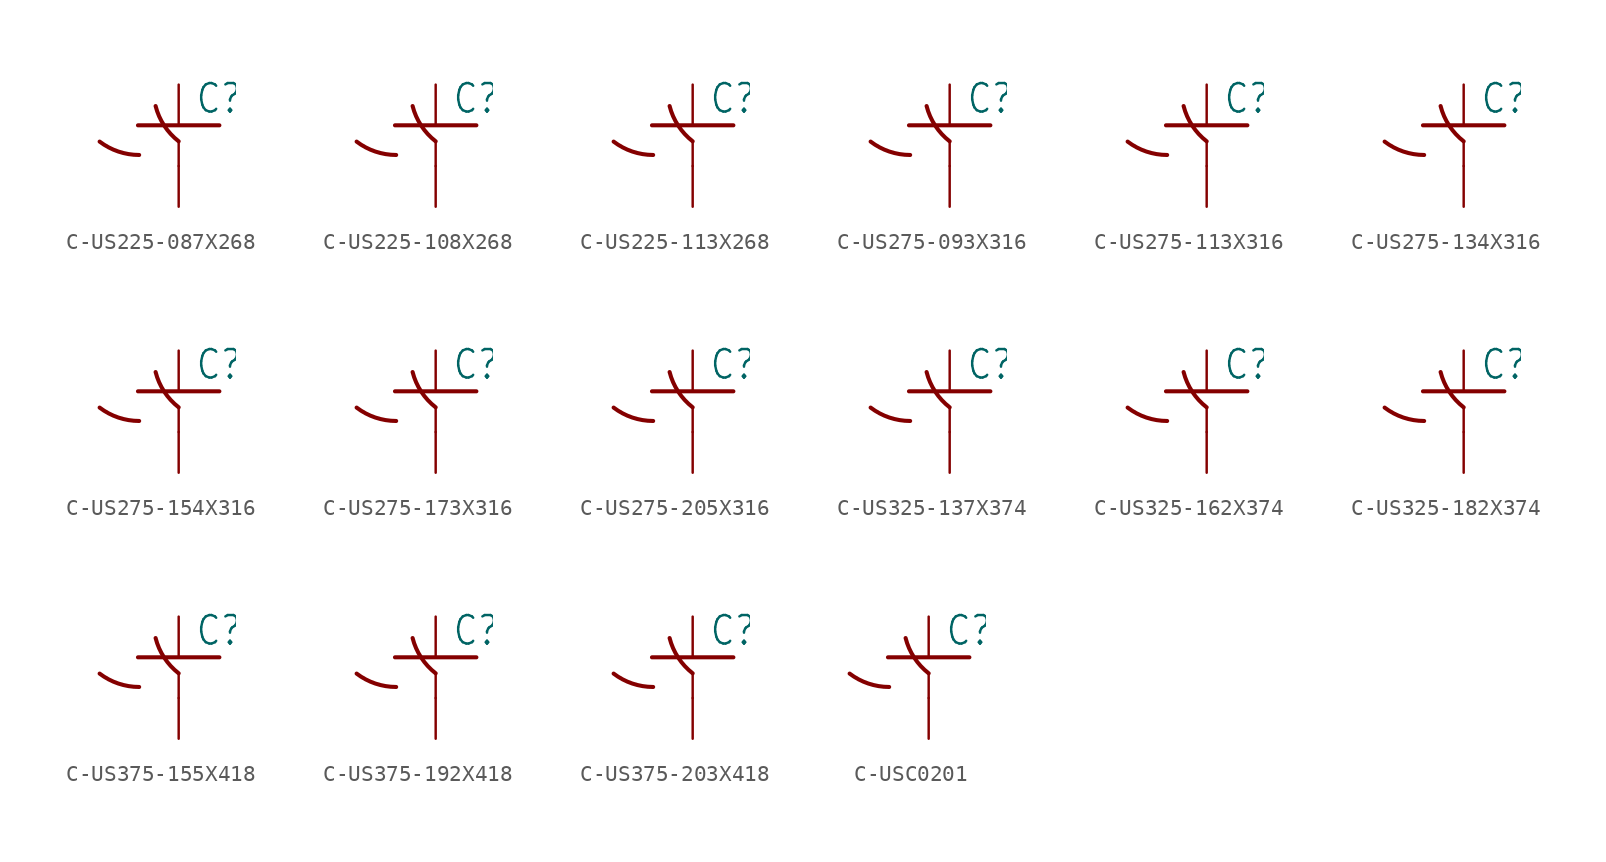
<source format=kicad_sym>
(kicad_symbol_lib
  (version 20241209)
  (generator "kicad_symbol_editor")
  (generator_version "9.0")
  (symbol "C-US225-087X268"
    (property "Reference" "C"
      (at 1.016 0.635 0)
      (effects (font (size 1.778 1.511)) (justify left bottom)))
    (property "Value" ""
      (at 1.016 -4.191 0)
      (effects (font (size 1.778 1.511)) (justify left bottom)))
    (property "ki_locked" ""
      (at 0 0 0)
      (effects (font (size 1.27 1.27))))
    (symbol "C-US225-087X268_1_0"
      (polyline (pts (xy -2.54 0) (xy 2.54 0)) (stroke (width 0.254) (type solid)) (fill (type none)))
      (arc (start -2.4668 -1.8504) (mid -3.7688 -1.6361) (end -4.9335 -1.016) (stroke (width 0.254) (type solid)) (fill (type none)))
      (polyline (pts (xy 0 -1.016) (xy 0 -2.54)) (stroke (width 0.152) (type solid)) (fill (type none)))
      (arc (start 0 -1) (mid -0.9038 -0.0189) (end -1.4403 1.2025) (stroke (width 0.254) (type solid)) (fill (type none)))
      (pin passive line (at 0 2.54 270) (length 2.54) (name "1" (effects (font (size 0 0)))) (number "1" (effects (font (size 0 0)))))
      (pin passive line (at 0 -5.08 90) (length 2.54) (name "2" (effects (font (size 0 0)))) (number "2" (effects (font (size 0 0)))))))
  (symbol "C-US225-108X268"
    (property "Reference" "C"
      (at 1.016 0.635 0)
      (effects (font (size 1.778 1.511)) (justify left bottom)))
    (property "Value" ""
      (at 1.016 -4.191 0)
      (effects (font (size 1.778 1.511)) (justify left bottom)))
    (property "ki_locked" ""
      (at 0 0 0)
      (effects (font (size 1.27 1.27))))
    (symbol "C-US225-108X268_1_0"
      (polyline (pts (xy -2.54 0) (xy 2.54 0)) (stroke (width 0.254) (type solid)) (fill (type none)))
      (arc (start -2.4668 -1.8504) (mid -3.7688 -1.6361) (end -4.9335 -1.016) (stroke (width 0.254) (type solid)) (fill (type none)))
      (polyline (pts (xy 0 -1.016) (xy 0 -2.54)) (stroke (width 0.152) (type solid)) (fill (type none)))
      (arc (start 0 -1) (mid -0.9038 -0.0189) (end -1.4403 1.2025) (stroke (width 0.254) (type solid)) (fill (type none)))
      (pin passive line (at 0 2.54 270) (length 2.54) (name "1" (effects (font (size 0 0)))) (number "1" (effects (font (size 0 0)))))
      (pin passive line (at 0 -5.08 90) (length 2.54) (name "2" (effects (font (size 0 0)))) (number "2" (effects (font (size 0 0)))))))
  (symbol "C-US225-113X268"
    (property "Reference" "C"
      (at 1.016 0.635 0)
      (effects (font (size 1.778 1.511)) (justify left bottom)))
    (property "Value" ""
      (at 1.016 -4.191 0)
      (effects (font (size 1.778 1.511)) (justify left bottom)))
    (property "ki_locked" ""
      (at 0 0 0)
      (effects (font (size 1.27 1.27))))
    (symbol "C-US225-113X268_1_0"
      (polyline (pts (xy -2.54 0) (xy 2.54 0)) (stroke (width 0.254) (type solid)) (fill (type none)))
      (arc (start -2.4668 -1.8504) (mid -3.7688 -1.6361) (end -4.9335 -1.016) (stroke (width 0.254) (type solid)) (fill (type none)))
      (polyline (pts (xy 0 -1.016) (xy 0 -2.54)) (stroke (width 0.152) (type solid)) (fill (type none)))
      (arc (start 0 -1) (mid -0.9038 -0.0189) (end -1.4403 1.2025) (stroke (width 0.254) (type solid)) (fill (type none)))
      (pin passive line (at 0 2.54 270) (length 2.54) (name "1" (effects (font (size 0 0)))) (number "1" (effects (font (size 0 0)))))
      (pin passive line (at 0 -5.08 90) (length 2.54) (name "2" (effects (font (size 0 0)))) (number "2" (effects (font (size 0 0)))))))
  (symbol "C-US275-093X316"
    (property "Reference" "C"
      (at 1.016 0.635 0)
      (effects (font (size 1.778 1.511)) (justify left bottom)))
    (property "Value" ""
      (at 1.016 -4.191 0)
      (effects (font (size 1.778 1.511)) (justify left bottom)))
    (property "ki_locked" ""
      (at 0 0 0)
      (effects (font (size 1.27 1.27))))
    (symbol "C-US275-093X316_1_0"
      (polyline (pts (xy -2.54 0) (xy 2.54 0)) (stroke (width 0.254) (type solid)) (fill (type none)))
      (arc (start -2.4668 -1.8504) (mid -3.7688 -1.6361) (end -4.9335 -1.016) (stroke (width 0.254) (type solid)) (fill (type none)))
      (polyline (pts (xy 0 -1.016) (xy 0 -2.54)) (stroke (width 0.152) (type solid)) (fill (type none)))
      (arc (start 0 -1) (mid -0.9038 -0.0189) (end -1.4403 1.2025) (stroke (width 0.254) (type solid)) (fill (type none)))
      (pin passive line (at 0 2.54 270) (length 2.54) (name "1" (effects (font (size 0 0)))) (number "1" (effects (font (size 0 0)))))
      (pin passive line (at 0 -5.08 90) (length 2.54) (name "2" (effects (font (size 0 0)))) (number "2" (effects (font (size 0 0)))))))
  (symbol "C-US275-113X316"
    (property "Reference" "C"
      (at 1.016 0.635 0)
      (effects (font (size 1.778 1.511)) (justify left bottom)))
    (property "Value" ""
      (at 1.016 -4.191 0)
      (effects (font (size 1.778 1.511)) (justify left bottom)))
    (property "ki_locked" ""
      (at 0 0 0)
      (effects (font (size 1.27 1.27))))
    (symbol "C-US275-113X316_1_0"
      (polyline (pts (xy -2.54 0) (xy 2.54 0)) (stroke (width 0.254) (type solid)) (fill (type none)))
      (arc (start -2.4668 -1.8504) (mid -3.7688 -1.6361) (end -4.9335 -1.016) (stroke (width 0.254) (type solid)) (fill (type none)))
      (polyline (pts (xy 0 -1.016) (xy 0 -2.54)) (stroke (width 0.152) (type solid)) (fill (type none)))
      (arc (start 0 -1) (mid -0.9038 -0.0189) (end -1.4403 1.2025) (stroke (width 0.254) (type solid)) (fill (type none)))
      (pin passive line (at 0 2.54 270) (length 2.54) (name "1" (effects (font (size 0 0)))) (number "1" (effects (font (size 0 0)))))
      (pin passive line (at 0 -5.08 90) (length 2.54) (name "2" (effects (font (size 0 0)))) (number "2" (effects (font (size 0 0)))))))
  (symbol "C-US275-134X316"
    (property "Reference" "C"
      (at 1.016 0.635 0)
      (effects (font (size 1.778 1.511)) (justify left bottom)))
    (property "Value" ""
      (at 1.016 -4.191 0)
      (effects (font (size 1.778 1.511)) (justify left bottom)))
    (property "ki_locked" ""
      (at 0 0 0)
      (effects (font (size 1.27 1.27))))
    (symbol "C-US275-134X316_1_0"
      (polyline (pts (xy -2.54 0) (xy 2.54 0)) (stroke (width 0.254) (type solid)) (fill (type none)))
      (arc (start -2.4668 -1.8504) (mid -3.7688 -1.6361) (end -4.9335 -1.016) (stroke (width 0.254) (type solid)) (fill (type none)))
      (polyline (pts (xy 0 -1.016) (xy 0 -2.54)) (stroke (width 0.152) (type solid)) (fill (type none)))
      (arc (start 0 -1) (mid -0.9038 -0.0189) (end -1.4403 1.2025) (stroke (width 0.254) (type solid)) (fill (type none)))
      (pin passive line (at 0 2.54 270) (length 2.54) (name "1" (effects (font (size 0 0)))) (number "1" (effects (font (size 0 0)))))
      (pin passive line (at 0 -5.08 90) (length 2.54) (name "2" (effects (font (size 0 0)))) (number "2" (effects (font (size 0 0)))))))
  (symbol "C-US275-154X316"
    (property "Reference" "C"
      (at 1.016 0.635 0)
      (effects (font (size 1.778 1.511)) (justify left bottom)))
    (property "Value" ""
      (at 1.016 -4.191 0)
      (effects (font (size 1.778 1.511)) (justify left bottom)))
    (property "ki_locked" ""
      (at 0 0 0)
      (effects (font (size 1.27 1.27))))
    (symbol "C-US275-154X316_1_0"
      (polyline (pts (xy -2.54 0) (xy 2.54 0)) (stroke (width 0.254) (type solid)) (fill (type none)))
      (arc (start -2.4668 -1.8504) (mid -3.7688 -1.6361) (end -4.9335 -1.016) (stroke (width 0.254) (type solid)) (fill (type none)))
      (polyline (pts (xy 0 -1.016) (xy 0 -2.54)) (stroke (width 0.152) (type solid)) (fill (type none)))
      (arc (start 0 -1) (mid -0.9038 -0.0189) (end -1.4403 1.2025) (stroke (width 0.254) (type solid)) (fill (type none)))
      (pin passive line (at 0 2.54 270) (length 2.54) (name "1" (effects (font (size 0 0)))) (number "1" (effects (font (size 0 0)))))
      (pin passive line (at 0 -5.08 90) (length 2.54) (name "2" (effects (font (size 0 0)))) (number "2" (effects (font (size 0 0)))))))
  (symbol "C-US275-173X316"
    (property "Reference" "C"
      (at 1.016 0.635 0)
      (effects (font (size 1.778 1.511)) (justify left bottom)))
    (property "Value" ""
      (at 1.016 -4.191 0)
      (effects (font (size 1.778 1.511)) (justify left bottom)))
    (property "ki_locked" ""
      (at 0 0 0)
      (effects (font (size 1.27 1.27))))
    (symbol "C-US275-173X316_1_0"
      (polyline (pts (xy -2.54 0) (xy 2.54 0)) (stroke (width 0.254) (type solid)) (fill (type none)))
      (arc (start -2.4668 -1.8504) (mid -3.7688 -1.6361) (end -4.9335 -1.016) (stroke (width 0.254) (type solid)) (fill (type none)))
      (polyline (pts (xy 0 -1.016) (xy 0 -2.54)) (stroke (width 0.152) (type solid)) (fill (type none)))
      (arc (start 0 -1) (mid -0.9038 -0.0189) (end -1.4403 1.2025) (stroke (width 0.254) (type solid)) (fill (type none)))
      (pin passive line (at 0 2.54 270) (length 2.54) (name "1" (effects (font (size 0 0)))) (number "1" (effects (font (size 0 0)))))
      (pin passive line (at 0 -5.08 90) (length 2.54) (name "2" (effects (font (size 0 0)))) (number "2" (effects (font (size 0 0)))))))
  (symbol "C-US275-205X316"
    (property "Reference" "C"
      (at 1.016 0.635 0)
      (effects (font (size 1.778 1.511)) (justify left bottom)))
    (property "Value" ""
      (at 1.016 -4.191 0)
      (effects (font (size 1.778 1.511)) (justify left bottom)))
    (property "ki_locked" ""
      (at 0 0 0)
      (effects (font (size 1.27 1.27))))
    (symbol "C-US275-205X316_1_0"
      (polyline (pts (xy -2.54 0) (xy 2.54 0)) (stroke (width 0.254) (type solid)) (fill (type none)))
      (arc (start -2.4668 -1.8504) (mid -3.7688 -1.6361) (end -4.9335 -1.016) (stroke (width 0.254) (type solid)) (fill (type none)))
      (polyline (pts (xy 0 -1.016) (xy 0 -2.54)) (stroke (width 0.152) (type solid)) (fill (type none)))
      (arc (start 0 -1) (mid -0.9038 -0.0189) (end -1.4403 1.2025) (stroke (width 0.254) (type solid)) (fill (type none)))
      (pin passive line (at 0 2.54 270) (length 2.54) (name "1" (effects (font (size 0 0)))) (number "1" (effects (font (size 0 0)))))
      (pin passive line (at 0 -5.08 90) (length 2.54) (name "2" (effects (font (size 0 0)))) (number "2" (effects (font (size 0 0)))))))
  (symbol "C-US325-137X374"
    (property "Reference" "C"
      (at 1.016 0.635 0)
      (effects (font (size 1.778 1.511)) (justify left bottom)))
    (property "Value" ""
      (at 1.016 -4.191 0)
      (effects (font (size 1.778 1.511)) (justify left bottom)))
    (property "ki_locked" ""
      (at 0 0 0)
      (effects (font (size 1.27 1.27))))
    (symbol "C-US325-137X374_1_0"
      (polyline (pts (xy -2.54 0) (xy 2.54 0)) (stroke (width 0.254) (type solid)) (fill (type none)))
      (arc (start -2.4668 -1.8504) (mid -3.7688 -1.6361) (end -4.9335 -1.016) (stroke (width 0.254) (type solid)) (fill (type none)))
      (polyline (pts (xy 0 -1.016) (xy 0 -2.54)) (stroke (width 0.152) (type solid)) (fill (type none)))
      (arc (start 0 -1) (mid -0.9038 -0.0189) (end -1.4403 1.2025) (stroke (width 0.254) (type solid)) (fill (type none)))
      (pin passive line (at 0 2.54 270) (length 2.54) (name "1" (effects (font (size 0 0)))) (number "1" (effects (font (size 0 0)))))
      (pin passive line (at 0 -5.08 90) (length 2.54) (name "2" (effects (font (size 0 0)))) (number "2" (effects (font (size 0 0)))))))
  (symbol "C-US325-162X374"
    (property "Reference" "C"
      (at 1.016 0.635 0)
      (effects (font (size 1.778 1.511)) (justify left bottom)))
    (property "Value" ""
      (at 1.016 -4.191 0)
      (effects (font (size 1.778 1.511)) (justify left bottom)))
    (property "ki_locked" ""
      (at 0 0 0)
      (effects (font (size 1.27 1.27))))
    (symbol "C-US325-162X374_1_0"
      (polyline (pts (xy -2.54 0) (xy 2.54 0)) (stroke (width 0.254) (type solid)) (fill (type none)))
      (arc (start -2.4668 -1.8504) (mid -3.7688 -1.6361) (end -4.9335 -1.016) (stroke (width 0.254) (type solid)) (fill (type none)))
      (polyline (pts (xy 0 -1.016) (xy 0 -2.54)) (stroke (width 0.152) (type solid)) (fill (type none)))
      (arc (start 0 -1) (mid -0.9038 -0.0189) (end -1.4403 1.2025) (stroke (width 0.254) (type solid)) (fill (type none)))
      (pin passive line (at 0 2.54 270) (length 2.54) (name "1" (effects (font (size 0 0)))) (number "1" (effects (font (size 0 0)))))
      (pin passive line (at 0 -5.08 90) (length 2.54) (name "2" (effects (font (size 0 0)))) (number "2" (effects (font (size 0 0)))))))
  (symbol "C-US325-182X374"
    (property "Reference" "C"
      (at 1.016 0.635 0)
      (effects (font (size 1.778 1.511)) (justify left bottom)))
    (property "Value" ""
      (at 1.016 -4.191 0)
      (effects (font (size 1.778 1.511)) (justify left bottom)))
    (property "ki_locked" ""
      (at 0 0 0)
      (effects (font (size 1.27 1.27))))
    (symbol "C-US325-182X374_1_0"
      (polyline (pts (xy -2.54 0) (xy 2.54 0)) (stroke (width 0.254) (type solid)) (fill (type none)))
      (arc (start -2.4668 -1.8504) (mid -3.7688 -1.6361) (end -4.9335 -1.016) (stroke (width 0.254) (type solid)) (fill (type none)))
      (polyline (pts (xy 0 -1.016) (xy 0 -2.54)) (stroke (width 0.152) (type solid)) (fill (type none)))
      (arc (start 0 -1) (mid -0.9038 -0.0189) (end -1.4403 1.2025) (stroke (width 0.254) (type solid)) (fill (type none)))
      (pin passive line (at 0 2.54 270) (length 2.54) (name "1" (effects (font (size 0 0)))) (number "1" (effects (font (size 0 0)))))
      (pin passive line (at 0 -5.08 90) (length 2.54) (name "2" (effects (font (size 0 0)))) (number "2" (effects (font (size 0 0)))))))
  (symbol "C-US375-155X418"
    (property "Reference" "C"
      (at 1.016 0.635 0)
      (effects (font (size 1.778 1.511)) (justify left bottom)))
    (property "Value" ""
      (at 1.016 -4.191 0)
      (effects (font (size 1.778 1.511)) (justify left bottom)))
    (property "ki_locked" ""
      (at 0 0 0)
      (effects (font (size 1.27 1.27))))
    (symbol "C-US375-155X418_1_0"
      (polyline (pts (xy -2.54 0) (xy 2.54 0)) (stroke (width 0.254) (type solid)) (fill (type none)))
      (arc (start -2.4668 -1.8504) (mid -3.7688 -1.6361) (end -4.9335 -1.016) (stroke (width 0.254) (type solid)) (fill (type none)))
      (polyline (pts (xy 0 -1.016) (xy 0 -2.54)) (stroke (width 0.152) (type solid)) (fill (type none)))
      (arc (start 0 -1) (mid -0.9038 -0.0189) (end -1.4403 1.2025) (stroke (width 0.254) (type solid)) (fill (type none)))
      (pin passive line (at 0 2.54 270) (length 2.54) (name "1" (effects (font (size 0 0)))) (number "1" (effects (font (size 0 0)))))
      (pin passive line (at 0 -5.08 90) (length 2.54) (name "2" (effects (font (size 0 0)))) (number "2" (effects (font (size 0 0)))))))
  (symbol "C-US375-192X418"
    (property "Reference" "C"
      (at 1.016 0.635 0)
      (effects (font (size 1.778 1.511)) (justify left bottom)))
    (property "Value" ""
      (at 1.016 -4.191 0)
      (effects (font (size 1.778 1.511)) (justify left bottom)))
    (property "ki_locked" ""
      (at 0 0 0)
      (effects (font (size 1.27 1.27))))
    (symbol "C-US375-192X418_1_0"
      (polyline (pts (xy -2.54 0) (xy 2.54 0)) (stroke (width 0.254) (type solid)) (fill (type none)))
      (arc (start -2.4668 -1.8504) (mid -3.7688 -1.6361) (end -4.9335 -1.016) (stroke (width 0.254) (type solid)) (fill (type none)))
      (polyline (pts (xy 0 -1.016) (xy 0 -2.54)) (stroke (width 0.152) (type solid)) (fill (type none)))
      (arc (start 0 -1) (mid -0.9038 -0.0189) (end -1.4403 1.2025) (stroke (width 0.254) (type solid)) (fill (type none)))
      (pin passive line (at 0 2.54 270) (length 2.54) (name "1" (effects (font (size 0 0)))) (number "1" (effects (font (size 0 0)))))
      (pin passive line (at 0 -5.08 90) (length 2.54) (name "2" (effects (font (size 0 0)))) (number "2" (effects (font (size 0 0)))))))
  (symbol "C-US375-203X418"
    (property "Reference" "C"
      (at 1.016 0.635 0)
      (effects (font (size 1.778 1.511)) (justify left bottom)))
    (property "Value" ""
      (at 1.016 -4.191 0)
      (effects (font (size 1.778 1.511)) (justify left bottom)))
    (property "ki_locked" ""
      (at 0 0 0)
      (effects (font (size 1.27 1.27))))
    (symbol "C-US375-203X418_1_0"
      (polyline (pts (xy -2.54 0) (xy 2.54 0)) (stroke (width 0.254) (type solid)) (fill (type none)))
      (arc (start -2.4668 -1.8504) (mid -3.7688 -1.6361) (end -4.9335 -1.016) (stroke (width 0.254) (type solid)) (fill (type none)))
      (polyline (pts (xy 0 -1.016) (xy 0 -2.54)) (stroke (width 0.152) (type solid)) (fill (type none)))
      (arc (start 0 -1) (mid -0.9038 -0.0189) (end -1.4403 1.2025) (stroke (width 0.254) (type solid)) (fill (type none)))
      (pin passive line (at 0 2.54 270) (length 2.54) (name "1" (effects (font (size 0 0)))) (number "1" (effects (font (size 0 0)))))
      (pin passive line (at 0 -5.08 90) (length 2.54) (name "2" (effects (font (size 0 0)))) (number "2" (effects (font (size 0 0)))))))
  (symbol "C-USC0201"
    (property "Reference" "C"
      (at 1.016 0.635 0)
      (effects (font (size 1.778 1.511)) (justify left bottom)))
    (property "Value" ""
      (at 1.016 -4.191 0)
      (effects (font (size 1.778 1.511)) (justify left bottom)))
    (property "ki_locked" ""
      (at 0 0 0)
      (effects (font (size 1.27 1.27))))
    (symbol "C-USC0201_1_0"
      (polyline (pts (xy -2.54 0) (xy 2.54 0)) (stroke (width 0.254) (type solid)) (fill (type none)))
      (arc (start -2.4668 -1.8504) (mid -3.7688 -1.6361) (end -4.9335 -1.016) (stroke (width 0.254) (type solid)) (fill (type none)))
      (polyline (pts (xy 0 -1.016) (xy 0 -2.54)) (stroke (width 0.152) (type solid)) (fill (type none)))
      (arc (start 0 -1) (mid -0.9038 -0.0189) (end -1.4403 1.2025) (stroke (width 0.254) (type solid)) (fill (type none)))
      (pin passive line (at 0 2.54 270) (length 2.54) (name "1" (effects (font (size 0 0)))) (number "1" (effects (font (size 0 0)))))
      (pin passive line (at 0 -5.08 90) (length 2.54) (name "2" (effects (font (size 0 0)))) (number "2" (effects (font (size 0 0))))))))
</source>
